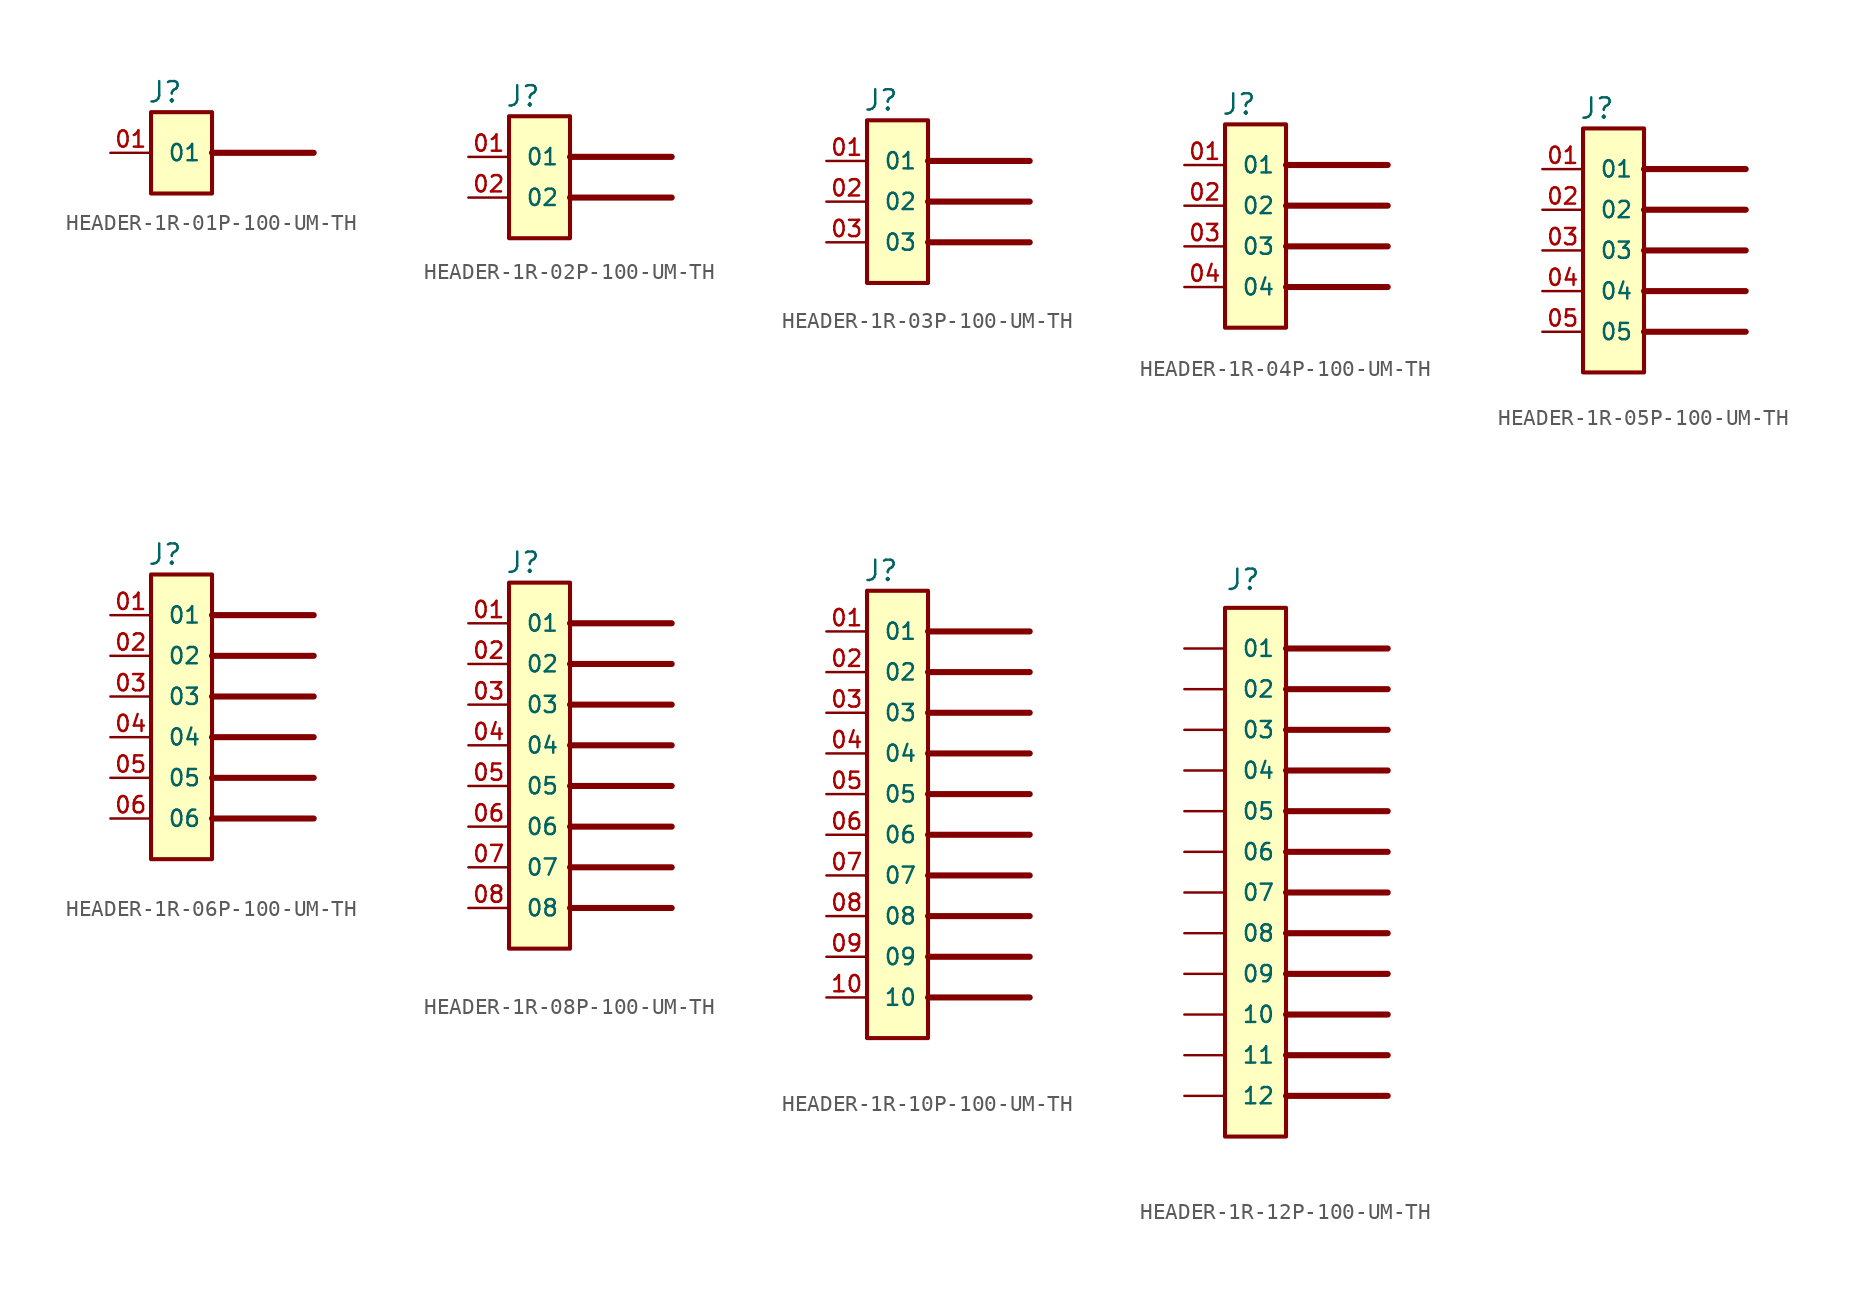
<source format=kicad_sym>
(kicad_symbol_lib
  (version 20231120)
  (generator "kicad_symbol_editor")
  (generator_version "8.0")
  (symbol "HEADER-1R-01P-100-UM-TH"
    (pin_names
      (offset 1.016))
    (property "Reference" "J"
      (at 2.286 3.048 0)
      (effects (font (size 1.27 1.27)) (justify left bottom)))
    (symbol "HEADER-1R-01P-100-UM-TH_0_0"
      (rectangle (start 2.54 2.54) (end 6.35 -2.54) (stroke (width 0.254) (type default)) (fill (type background)))
      (pin passive line (at 0 0 0) (length 2.54) (name "01" (effects (font (size 1.016 1.016)))) (number "01" (effects (font (size 1.016 1.016))))))
    (symbol "HEADER-1R-01P-100-UM-TH_1_1"
      (polyline (pts (xy 6.35 0) (xy 12.7 0)) (stroke (width 0.381) (type default)) (fill (type none)))))
  (symbol "HEADER-1R-02P-100-UM-TH"
    (pin_names
      (offset 1.016))
    (property "Reference" "J"
      (at 2.286 3.048 0)
      (effects (font (size 1.27 1.27)) (justify left bottom)))
    (symbol "HEADER-1R-02P-100-UM-TH_0_0"
      (rectangle (start 2.54 2.54) (end 6.35 -5.08) (stroke (width 0.254) (type default)) (fill (type background)))
      (pin passive line (at 0 0 0) (length 2.54) (name "01" (effects (font (size 1.016 1.016)))) (number "01" (effects (font (size 1.016 1.016)))))
      (pin passive line (at 0 -2.54 0) (length 2.54) (name "02" (effects (font (size 1.016 1.016)))) (number "02" (effects (font (size 1.016 1.016))))))
    (symbol "HEADER-1R-02P-100-UM-TH_1_1"
      (polyline (pts (xy 6.35 -2.54) (xy 12.7 -2.54)) (stroke (width 0.381) (type default)) (fill (type none)))
      (polyline (pts (xy 6.35 0) (xy 12.7 0)) (stroke (width 0.381) (type default)) (fill (type none)))))
  (symbol "HEADER-1R-03P-100-UM-TH"
    (pin_names
      (offset 1.016))
    (property "Reference" "J"
      (at 2.286 3.048 0)
      (effects (font (size 1.27 1.27)) (justify left bottom)))
    (symbol "HEADER-1R-03P-100-UM-TH_0_0"
      (rectangle (start 2.54 2.54) (end 6.35 -7.62) (stroke (width 0.254) (type default)) (fill (type background)))
      (pin passive line (at 0 0 0) (length 2.54) (name "01" (effects (font (size 1.016 1.016)))) (number "01" (effects (font (size 1.016 1.016)))))
      (pin passive line (at 0 -2.54 0) (length 2.54) (name "02" (effects (font (size 1.016 1.016)))) (number "02" (effects (font (size 1.016 1.016)))))
      (pin passive line (at 0 -5.08 0) (length 2.54) (name "03" (effects (font (size 1.016 1.016)))) (number "03" (effects (font (size 1.016 1.016))))))
    (symbol "HEADER-1R-03P-100-UM-TH_1_1"
      (polyline (pts (xy 6.35 -5.08) (xy 12.7 -5.08)) (stroke (width 0.381) (type default)) (fill (type none)))
      (polyline (pts (xy 6.35 -2.54) (xy 12.7 -2.54)) (stroke (width 0.381) (type default)) (fill (type none)))
      (polyline (pts (xy 6.35 0) (xy 12.7 0)) (stroke (width 0.381) (type default)) (fill (type none)))))
  (symbol "HEADER-1R-04P-100-UM-TH"
    (pin_names
      (offset 1.016))
    (property "Reference" "J"
      (at 2.286 3.048 0)
      (effects (font (size 1.27 1.27)) (justify left bottom)))
    (symbol "HEADER-1R-04P-100-UM-TH_0_0"
      (rectangle (start 2.54 2.54) (end 6.35 -10.16) (stroke (width 0.254) (type default)) (fill (type background)))
      (pin passive line (at 0 0 0) (length 2.54) (name "01" (effects (font (size 1.016 1.016)))) (number "01" (effects (font (size 1.016 1.016)))))
      (pin passive line (at 0 -2.54 0) (length 2.54) (name "02" (effects (font (size 1.016 1.016)))) (number "02" (effects (font (size 1.016 1.016)))))
      (pin passive line (at 0 -5.08 0) (length 2.54) (name "03" (effects (font (size 1.016 1.016)))) (number "03" (effects (font (size 1.016 1.016)))))
      (pin passive line (at 0 -7.62 0) (length 2.54) (name "04" (effects (font (size 1.016 1.016)))) (number "04" (effects (font (size 1.016 1.016))))))
    (symbol "HEADER-1R-04P-100-UM-TH_1_1"
      (polyline (pts (xy 6.35 -7.62) (xy 12.7 -7.62)) (stroke (width 0.381) (type default)) (fill (type none)))
      (polyline (pts (xy 6.35 -5.08) (xy 12.7 -5.08)) (stroke (width 0.381) (type default)) (fill (type none)))
      (polyline (pts (xy 6.35 -2.54) (xy 12.7 -2.54)) (stroke (width 0.381) (type default)) (fill (type none)))
      (polyline (pts (xy 6.35 0) (xy 12.7 0)) (stroke (width 0.381) (type default)) (fill (type none)))))
  (symbol "HEADER-1R-05P-100-UM-TH"
    (pin_names
      (offset 1.016))
    (property "Reference" "J"
      (at 2.286 3.048 0)
      (effects (font (size 1.27 1.27)) (justify left bottom)))
    (symbol "HEADER-1R-05P-100-UM-TH_0_0"
      (rectangle (start 2.54 2.54) (end 6.35 -12.7) (stroke (width 0.254) (type default)) (fill (type background)))
      (pin passive line (at 0 0 0) (length 2.54) (name "01" (effects (font (size 1.016 1.016)))) (number "01" (effects (font (size 1.016 1.016)))))
      (pin passive line (at 0 -2.54 0) (length 2.54) (name "02" (effects (font (size 1.016 1.016)))) (number "02" (effects (font (size 1.016 1.016)))))
      (pin passive line (at 0 -5.08 0) (length 2.54) (name "03" (effects (font (size 1.016 1.016)))) (number "03" (effects (font (size 1.016 1.016)))))
      (pin passive line (at 0 -7.62 0) (length 2.54) (name "04" (effects (font (size 1.016 1.016)))) (number "04" (effects (font (size 1.016 1.016)))))
      (pin passive line (at 0 -10.16 0) (length 2.54) (name "05" (effects (font (size 1.016 1.016)))) (number "05" (effects (font (size 1.016 1.016))))))
    (symbol "HEADER-1R-05P-100-UM-TH_1_1"
      (polyline (pts (xy 6.35 -10.16) (xy 12.7 -10.16)) (stroke (width 0.381) (type default)) (fill (type none)))
      (polyline (pts (xy 6.35 -7.62) (xy 12.7 -7.62)) (stroke (width 0.381) (type default)) (fill (type none)))
      (polyline (pts (xy 6.35 -5.08) (xy 12.7 -5.08)) (stroke (width 0.381) (type default)) (fill (type none)))
      (polyline (pts (xy 6.35 -2.54) (xy 12.7 -2.54)) (stroke (width 0.381) (type default)) (fill (type none)))
      (polyline (pts (xy 6.35 0) (xy 12.7 0)) (stroke (width 0.381) (type default)) (fill (type none)))))
  (symbol "HEADER-1R-06P-100-UM-TH"
    (pin_names
      (offset 1.016))
    (property "Reference" "J"
      (at 2.286 3.048 0)
      (effects (font (size 1.27 1.27)) (justify left bottom)))
    (symbol "HEADER-1R-06P-100-UM-TH_0_0"
      (rectangle (start 2.54 2.54) (end 6.35 -15.24) (stroke (width 0.254) (type default)) (fill (type background)))
      (pin passive line (at 0 0 0) (length 2.54) (name "01" (effects (font (size 1.016 1.016)))) (number "01" (effects (font (size 1.016 1.016)))))
      (pin passive line (at 0 -2.54 0) (length 2.54) (name "02" (effects (font (size 1.016 1.016)))) (number "02" (effects (font (size 1.016 1.016)))))
      (pin passive line (at 0 -5.08 0) (length 2.54) (name "03" (effects (font (size 1.016 1.016)))) (number "03" (effects (font (size 1.016 1.016)))))
      (pin passive line (at 0 -7.62 0) (length 2.54) (name "04" (effects (font (size 1.016 1.016)))) (number "04" (effects (font (size 1.016 1.016)))))
      (pin passive line (at 0 -10.16 0) (length 2.54) (name "05" (effects (font (size 1.016 1.016)))) (number "05" (effects (font (size 1.016 1.016)))))
      (pin passive line (at 0 -12.7 0) (length 2.54) (name "06" (effects (font (size 1.016 1.016)))) (number "06" (effects (font (size 1.016 1.016))))))
    (symbol "HEADER-1R-06P-100-UM-TH_1_1"
      (polyline (pts (xy 6.35 -12.7) (xy 12.7 -12.7)) (stroke (width 0.381) (type default)) (fill (type none)))
      (polyline (pts (xy 6.35 -10.16) (xy 12.7 -10.16)) (stroke (width 0.381) (type default)) (fill (type none)))
      (polyline (pts (xy 6.35 -7.62) (xy 12.7 -7.62)) (stroke (width 0.381) (type default)) (fill (type none)))
      (polyline (pts (xy 6.35 -5.08) (xy 12.7 -5.08)) (stroke (width 0.381) (type default)) (fill (type none)))
      (polyline (pts (xy 6.35 -2.54) (xy 12.7 -2.54)) (stroke (width 0.381) (type default)) (fill (type none)))
      (polyline (pts (xy 6.35 0) (xy 12.7 0)) (stroke (width 0.381) (type default)) (fill (type none)))))
  (symbol "HEADER-1R-08P-100-UM-TH"
    (pin_names
      (offset 1.016))
    (property "Reference" "J"
      (at 2.286 3.048 0)
      (effects (font (size 1.27 1.27)) (justify left bottom)))
    (symbol "HEADER-1R-08P-100-UM-TH_0_0"
      (rectangle (start 2.54 2.54) (end 6.35 -20.32) (stroke (width 0.254) (type default)) (fill (type background)))
      (pin passive line (at 0 0 0) (length 2.54) (name "01" (effects (font (size 1.016 1.016)))) (number "01" (effects (font (size 1.016 1.016)))))
      (pin passive line (at 0 -2.54 0) (length 2.54) (name "02" (effects (font (size 1.016 1.016)))) (number "02" (effects (font (size 1.016 1.016)))))
      (pin passive line (at 0 -5.08 0) (length 2.54) (name "03" (effects (font (size 1.016 1.016)))) (number "03" (effects (font (size 1.016 1.016)))))
      (pin passive line (at 0 -7.62 0) (length 2.54) (name "04" (effects (font (size 1.016 1.016)))) (number "04" (effects (font (size 1.016 1.016)))))
      (pin passive line (at 0 -10.16 0) (length 2.54) (name "05" (effects (font (size 1.016 1.016)))) (number "05" (effects (font (size 1.016 1.016)))))
      (pin passive line (at 0 -12.7 0) (length 2.54) (name "06" (effects (font (size 1.016 1.016)))) (number "06" (effects (font (size 1.016 1.016)))))
      (pin passive line (at 0 -15.24 0) (length 2.54) (name "07" (effects (font (size 1.016 1.016)))) (number "07" (effects (font (size 1.016 1.016)))))
      (pin passive line (at 0 -17.78 0) (length 2.54) (name "08" (effects (font (size 1.016 1.016)))) (number "08" (effects (font (size 1.016 1.016))))))
    (symbol "HEADER-1R-08P-100-UM-TH_1_1"
      (polyline (pts (xy 6.35 -17.78) (xy 12.7 -17.78)) (stroke (width 0.381) (type default)) (fill (type none)))
      (polyline (pts (xy 6.35 -15.24) (xy 12.7 -15.24)) (stroke (width 0.381) (type default)) (fill (type none)))
      (polyline (pts (xy 6.35 -12.7) (xy 12.7 -12.7)) (stroke (width 0.381) (type default)) (fill (type none)))
      (polyline (pts (xy 6.35 -10.16) (xy 12.7 -10.16)) (stroke (width 0.381) (type default)) (fill (type none)))
      (polyline (pts (xy 6.35 -7.62) (xy 12.7 -7.62)) (stroke (width 0.381) (type default)) (fill (type none)))
      (polyline (pts (xy 6.35 -5.08) (xy 12.7 -5.08)) (stroke (width 0.381) (type default)) (fill (type none)))
      (polyline (pts (xy 6.35 -2.54) (xy 12.7 -2.54)) (stroke (width 0.381) (type default)) (fill (type none)))
      (polyline (pts (xy 6.35 0) (xy 12.7 0)) (stroke (width 0.381) (type default)) (fill (type none)))))
  (symbol "HEADER-1R-10P-100-UM-TH"
    (pin_names
      (offset 1.016))
    (property "Reference" "J"
      (at 2.286 3.048 0)
      (effects (font (size 1.27 1.27)) (justify left bottom)))
    (symbol "HEADER-1R-10P-100-UM-TH_0_0"
      (rectangle (start 2.54 2.54) (end 6.35 -25.4) (stroke (width 0.254) (type default)) (fill (type background)))
      (pin passive line (at 0 0 0) (length 2.54) (name "01" (effects (font (size 1.016 1.016)))) (number "01" (effects (font (size 1.016 1.016)))))
      (pin passive line (at 0 -2.54 0) (length 2.54) (name "02" (effects (font (size 1.016 1.016)))) (number "02" (effects (font (size 1.016 1.016)))))
      (pin passive line (at 0 -5.08 0) (length 2.54) (name "03" (effects (font (size 1.016 1.016)))) (number "03" (effects (font (size 1.016 1.016)))))
      (pin passive line (at 0 -7.62 0) (length 2.54) (name "04" (effects (font (size 1.016 1.016)))) (number "04" (effects (font (size 1.016 1.016)))))
      (pin passive line (at 0 -10.16 0) (length 2.54) (name "05" (effects (font (size 1.016 1.016)))) (number "05" (effects (font (size 1.016 1.016)))))
      (pin passive line (at 0 -12.7 0) (length 2.54) (name "06" (effects (font (size 1.016 1.016)))) (number "06" (effects (font (size 1.016 1.016)))))
      (pin passive line (at 0 -15.24 0) (length 2.54) (name "07" (effects (font (size 1.016 1.016)))) (number "07" (effects (font (size 1.016 1.016)))))
      (pin passive line (at 0 -17.78 0) (length 2.54) (name "08" (effects (font (size 1.016 1.016)))) (number "08" (effects (font (size 1.016 1.016)))))
      (pin passive line (at 0 -20.32 0) (length 2.54) (name "09" (effects (font (size 1.016 1.016)))) (number "09" (effects (font (size 1.016 1.016)))))
      (pin passive line (at 0 -22.86 0) (length 2.54) (name "10" (effects (font (size 1.016 1.016)))) (number "10" (effects (font (size 1.016 1.016))))))
    (symbol "HEADER-1R-10P-100-UM-TH_1_1"
      (polyline (pts (xy 6.35 -22.86) (xy 12.7 -22.86)) (stroke (width 0.381) (type default)) (fill (type none)))
      (polyline (pts (xy 6.35 -20.32) (xy 12.7 -20.32)) (stroke (width 0.381) (type default)) (fill (type none)))
      (polyline (pts (xy 6.35 -17.78) (xy 12.7 -17.78)) (stroke (width 0.381) (type default)) (fill (type none)))
      (polyline (pts (xy 6.35 -15.24) (xy 12.7 -15.24)) (stroke (width 0.381) (type default)) (fill (type none)))
      (polyline (pts (xy 6.35 -12.7) (xy 12.7 -12.7)) (stroke (width 0.381) (type default)) (fill (type none)))
      (polyline (pts (xy 6.35 -10.16) (xy 12.7 -10.16)) (stroke (width 0.381) (type default)) (fill (type none)))
      (polyline (pts (xy 6.35 -7.62) (xy 12.7 -7.62)) (stroke (width 0.381) (type default)) (fill (type none)))
      (polyline (pts (xy 6.35 -5.08) (xy 12.7 -5.08)) (stroke (width 0.381) (type default)) (fill (type none)))
      (polyline (pts (xy 6.35 -2.54) (xy 12.7 -2.54)) (stroke (width 0.381) (type default)) (fill (type none)))
      (polyline (pts (xy 6.35 0) (xy 12.7 0)) (stroke (width 0.381) (type default)) (fill (type none)))))
  (symbol "HEADER-1R-12P-100-UM-TH"
    (pin_numbers hide)
    (pin_names
      (offset 1.016))
    (property "Reference" "J"
      (at 2.54 3.556 0)
      (effects (font (size 1.27 1.27)) (justify left bottom)))
    (symbol "HEADER-1R-12P-100-UM-TH_0_0"
      (rectangle (start 2.54 2.54) (end 6.35 -30.48) (stroke (width 0.254) (type default)) (fill (type background)))
      (pin passive line (at 0 0 0) (length 2.54) (name "01" (effects (font (size 1.016 1.016)))) (number "01" (effects (font (size 1.016 1.016)))))
      (pin passive line (at 0 -2.54 0) (length 2.54) (name "02" (effects (font (size 1.016 1.016)))) (number "02" (effects (font (size 1.016 1.016)))))
      (pin passive line (at 0 -5.08 0) (length 2.54) (name "03" (effects (font (size 1.016 1.016)))) (number "03" (effects (font (size 1.016 1.016)))))
      (pin passive line (at 0 -7.62 0) (length 2.54) (name "04" (effects (font (size 1.016 1.016)))) (number "04" (effects (font (size 1.016 1.016)))))
      (pin passive line (at 0 -10.16 0) (length 2.54) (name "05" (effects (font (size 1.016 1.016)))) (number "05" (effects (font (size 1.016 1.016)))))
      (pin passive line (at 0 -12.7 0) (length 2.54) (name "06" (effects (font (size 1.016 1.016)))) (number "06" (effects (font (size 1.016 1.016)))))
      (pin passive line (at 0 -15.24 0) (length 2.54) (name "07" (effects (font (size 1.016 1.016)))) (number "07" (effects (font (size 1.016 1.016)))))
      (pin passive line (at 0 -17.78 0) (length 2.54) (name "08" (effects (font (size 1.016 1.016)))) (number "08" (effects (font (size 1.016 1.016)))))
      (pin passive line (at 0 -20.32 0) (length 2.54) (name "09" (effects (font (size 1.016 1.016)))) (number "09" (effects (font (size 1.016 1.016)))))
      (pin passive line (at 0 -22.86 0) (length 2.54) (name "10" (effects (font (size 1.016 1.016)))) (number "10" (effects (font (size 1.016 1.016)))))
      (pin passive line (at 0 -25.4 0) (length 2.54) (name "11" (effects (font (size 1.016 1.016)))) (number "11" (effects (font (size 1.016 1.016)))))
      (pin passive line (at 0 -27.94 0) (length 2.54) (name "12" (effects (font (size 1.016 1.016)))) (number "12" (effects (font (size 1.016 1.016))))))
    (symbol "HEADER-1R-12P-100-UM-TH_1_1"
      (polyline (pts (xy 6.35 -27.94) (xy 12.7 -27.94)) (stroke (width 0.381) (type default)) (fill (type none)))
      (polyline (pts (xy 6.35 -25.4) (xy 12.7 -25.4)) (stroke (width 0.381) (type default)) (fill (type none)))
      (polyline (pts (xy 6.35 -22.86) (xy 12.7 -22.86)) (stroke (width 0.381) (type default)) (fill (type none)))
      (polyline (pts (xy 6.35 -20.32) (xy 12.7 -20.32)) (stroke (width 0.381) (type default)) (fill (type none)))
      (polyline (pts (xy 6.35 -17.78) (xy 12.7 -17.78)) (stroke (width 0.381) (type default)) (fill (type none)))
      (polyline (pts (xy 6.35 -15.24) (xy 12.7 -15.24)) (stroke (width 0.381) (type default)) (fill (type none)))
      (polyline (pts (xy 6.35 -12.7) (xy 12.7 -12.7)) (stroke (width 0.381) (type default)) (fill (type none)))
      (polyline (pts (xy 6.35 -10.16) (xy 12.7 -10.16)) (stroke (width 0.381) (type default)) (fill (type none)))
      (polyline (pts (xy 6.35 -7.62) (xy 12.7 -7.62)) (stroke (width 0.381) (type default)) (fill (type none)))
      (polyline (pts (xy 6.35 -5.08) (xy 12.7 -5.08)) (stroke (width 0.381) (type default)) (fill (type none)))
      (polyline (pts (xy 6.35 -2.54) (xy 12.7 -2.54)) (stroke (width 0.381) (type default)) (fill (type none)))
      (polyline (pts (xy 6.35 0) (xy 12.7 0)) (stroke (width 0.381) (type default)) (fill (type none))))))
</source>
